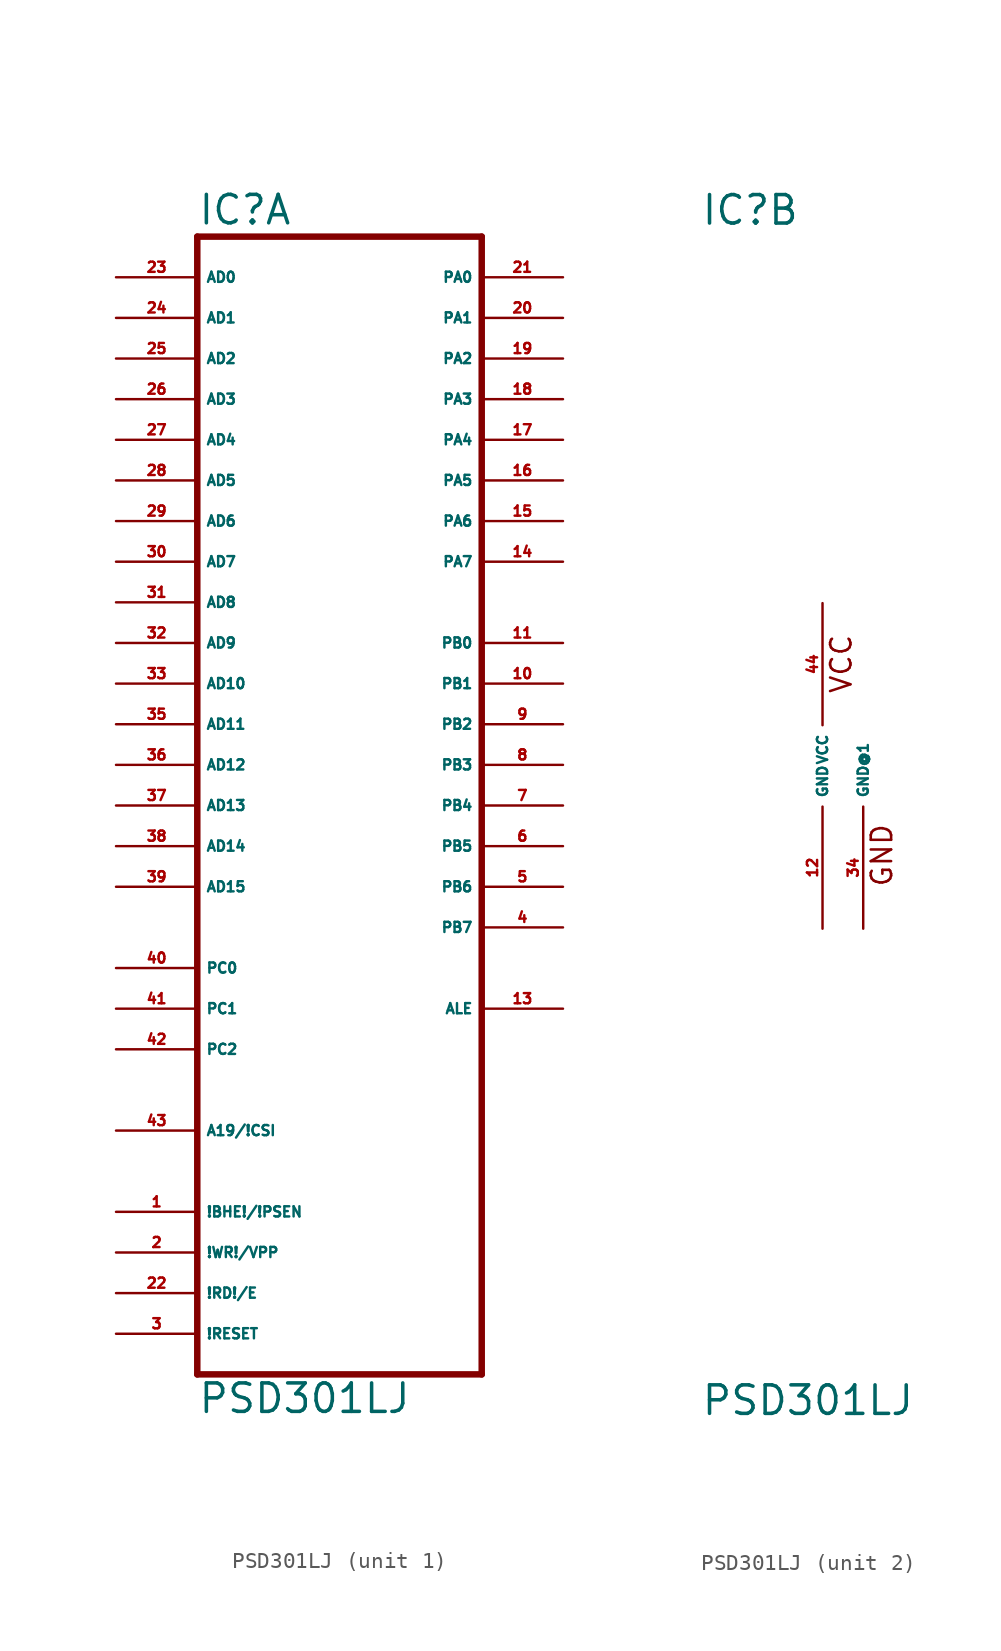
<source format=kicad_sym>
(kicad_symbol_lib
  (version 20220914)
  (generator Eagle2Kicad)
  (symbol "PSD301LJ"
    (property "Reference" "IC"
      (at -7.62 33.655 0)
      (effects (font (size 1.778 1.778) (thickness 0.22)) (justify left bottom)))
    (property "Value" "PSD301LJ"
      (at -7.62 -40.64 0)
      (effects (font (size 1.778 1.778) (thickness 0.22)) (justify left bottom)))
    (symbol "PSD301LJ_1_0"
      (polyline (pts (xy -7.62 -38.1) (xy 10.16 -38.1)) (stroke (width 0.406) (type default)) (fill (type none)))
      (polyline (pts (xy 10.16 -38.1) (xy 10.16 33.02)) (stroke (width 0.406) (type default)) (fill (type none)))
      (polyline (pts (xy 10.16 33.02) (xy -7.62 33.02)) (stroke (width 0.406) (type default)) (fill (type none)))
      (polyline (pts (xy -7.62 33.02) (xy -7.62 -38.1)) (stroke (width 0.406) (type default)) (fill (type none)))
      (pin input line (at -12.7 30.48 0) (length 5.08) (name "AD0" (effects (font (size 0.635 0.635) (thickness 0.08)) (justify left bottom))) (number "23" (effects (font (size 0.635 0.635) (thickness 0.08)) (justify left bottom))))
      (pin input line (at -12.7 27.94 0) (length 5.08) (name "AD1" (effects (font (size 0.635 0.635) (thickness 0.08)) (justify left bottom))) (number "24" (effects (font (size 0.635 0.635) (thickness 0.08)) (justify left bottom))))
      (pin input line (at -12.7 25.4 0) (length 5.08) (name "AD2" (effects (font (size 0.635 0.635) (thickness 0.08)) (justify left bottom))) (number "25" (effects (font (size 0.635 0.635) (thickness 0.08)) (justify left bottom))))
      (pin input line (at -12.7 22.86 0) (length 5.08) (name "AD3" (effects (font (size 0.635 0.635) (thickness 0.08)) (justify left bottom))) (number "26" (effects (font (size 0.635 0.635) (thickness 0.08)) (justify left bottom))))
      (pin input line (at -12.7 20.32 0) (length 5.08) (name "AD4" (effects (font (size 0.635 0.635) (thickness 0.08)) (justify left bottom))) (number "27" (effects (font (size 0.635 0.635) (thickness 0.08)) (justify left bottom))))
      (pin input line (at -12.7 17.78 0) (length 5.08) (name "AD5" (effects (font (size 0.635 0.635) (thickness 0.08)) (justify left bottom))) (number "28" (effects (font (size 0.635 0.635) (thickness 0.08)) (justify left bottom))))
      (pin input line (at -12.7 15.24 0) (length 5.08) (name "AD6" (effects (font (size 0.635 0.635) (thickness 0.08)) (justify left bottom))) (number "29" (effects (font (size 0.635 0.635) (thickness 0.08)) (justify left bottom))))
      (pin input line (at -12.7 12.7 0) (length 5.08) (name "AD7" (effects (font (size 0.635 0.635) (thickness 0.08)) (justify left bottom))) (number "30" (effects (font (size 0.635 0.635) (thickness 0.08)) (justify left bottom))))
      (pin input line (at -12.7 10.16 0) (length 5.08) (name "AD8" (effects (font (size 0.635 0.635) (thickness 0.08)) (justify left bottom))) (number "31" (effects (font (size 0.635 0.635) (thickness 0.08)) (justify left bottom))))
      (pin input line (at -12.7 7.62 0) (length 5.08) (name "AD9" (effects (font (size 0.635 0.635) (thickness 0.08)) (justify left bottom))) (number "32" (effects (font (size 0.635 0.635) (thickness 0.08)) (justify left bottom))))
      (pin input line (at -12.7 5.08 0) (length 5.08) (name "AD10" (effects (font (size 0.635 0.635) (thickness 0.08)) (justify left bottom))) (number "33" (effects (font (size 0.635 0.635) (thickness 0.08)) (justify left bottom))))
      (pin input line (at -12.7 2.54 0) (length 5.08) (name "AD11" (effects (font (size 0.635 0.635) (thickness 0.08)) (justify left bottom))) (number "35" (effects (font (size 0.635 0.635) (thickness 0.08)) (justify left bottom))))
      (pin input line (at -12.7 0 0) (length 5.08) (name "AD12" (effects (font (size 0.635 0.635) (thickness 0.08)) (justify left bottom))) (number "36" (effects (font (size 0.635 0.635) (thickness 0.08)) (justify left bottom))))
      (pin input line (at -12.7 -2.54 0) (length 5.08) (name "AD13" (effects (font (size 0.635 0.635) (thickness 0.08)) (justify left bottom))) (number "37" (effects (font (size 0.635 0.635) (thickness 0.08)) (justify left bottom))))
      (pin input line (at -12.7 -5.08 0) (length 5.08) (name "AD14" (effects (font (size 0.635 0.635) (thickness 0.08)) (justify left bottom))) (number "38" (effects (font (size 0.635 0.635) (thickness 0.08)) (justify left bottom))))
      (pin input line (at -12.7 -7.62 0) (length 5.08) (name "AD15" (effects (font (size 0.635 0.635) (thickness 0.08)) (justify left bottom))) (number "39" (effects (font (size 0.635 0.635) (thickness 0.08)) (justify left bottom))))
      (pin input line (at -12.7 -12.7 0) (length 5.08) (name "PC0" (effects (font (size 0.635 0.635) (thickness 0.08)) (justify left bottom))) (number "40" (effects (font (size 0.635 0.635) (thickness 0.08)) (justify left bottom))))
      (pin input line (at -12.7 -15.24 0) (length 5.08) (name "PC1" (effects (font (size 0.635 0.635) (thickness 0.08)) (justify left bottom))) (number "41" (effects (font (size 0.635 0.635) (thickness 0.08)) (justify left bottom))))
      (pin input line (at -12.7 -17.78 0) (length 5.08) (name "PC2" (effects (font (size 0.635 0.635) (thickness 0.08)) (justify left bottom))) (number "42" (effects (font (size 0.635 0.635) (thickness 0.08)) (justify left bottom))))
      (pin input line (at -12.7 -22.86 0) (length 5.08) (name "A19/!CSI" (effects (font (size 0.635 0.635) (thickness 0.08)) (justify left bottom))) (number "43" (effects (font (size 0.635 0.635) (thickness 0.08)) (justify left bottom))))
      (pin bidirectional line (at 15.24 30.48 180) (length 5.08) (name "PA0" (effects (font (size 0.635 0.635) (thickness 0.08)) (justify left bottom))) (number "21" (effects (font (size 0.635 0.635) (thickness 0.08)) (justify left bottom))))
      (pin bidirectional line (at 15.24 27.94 180) (length 5.08) (name "PA1" (effects (font (size 0.635 0.635) (thickness 0.08)) (justify left bottom))) (number "20" (effects (font (size 0.635 0.635) (thickness 0.08)) (justify left bottom))))
      (pin bidirectional line (at 15.24 25.4 180) (length 5.08) (name "PA2" (effects (font (size 0.635 0.635) (thickness 0.08)) (justify left bottom))) (number "19" (effects (font (size 0.635 0.635) (thickness 0.08)) (justify left bottom))))
      (pin bidirectional line (at 15.24 22.86 180) (length 5.08) (name "PA3" (effects (font (size 0.635 0.635) (thickness 0.08)) (justify left bottom))) (number "18" (effects (font (size 0.635 0.635) (thickness 0.08)) (justify left bottom))))
      (pin bidirectional line (at 15.24 20.32 180) (length 5.08) (name "PA4" (effects (font (size 0.635 0.635) (thickness 0.08)) (justify left bottom))) (number "17" (effects (font (size 0.635 0.635) (thickness 0.08)) (justify left bottom))))
      (pin bidirectional line (at 15.24 17.78 180) (length 5.08) (name "PA5" (effects (font (size 0.635 0.635) (thickness 0.08)) (justify left bottom))) (number "16" (effects (font (size 0.635 0.635) (thickness 0.08)) (justify left bottom))))
      (pin bidirectional line (at 15.24 15.24 180) (length 5.08) (name "PA6" (effects (font (size 0.635 0.635) (thickness 0.08)) (justify left bottom))) (number "15" (effects (font (size 0.635 0.635) (thickness 0.08)) (justify left bottom))))
      (pin bidirectional line (at 15.24 12.7 180) (length 5.08) (name "PA7" (effects (font (size 0.635 0.635) (thickness 0.08)) (justify left bottom))) (number "14" (effects (font (size 0.635 0.635) (thickness 0.08)) (justify left bottom))))
      (pin output line (at 15.24 7.62 180) (length 5.08) (name "PB0" (effects (font (size 0.635 0.635) (thickness 0.08)) (justify left bottom))) (number "11" (effects (font (size 0.635 0.635) (thickness 0.08)) (justify left bottom))))
      (pin output line (at 15.24 5.08 180) (length 5.08) (name "PB1" (effects (font (size 0.635 0.635) (thickness 0.08)) (justify left bottom))) (number "10" (effects (font (size 0.635 0.635) (thickness 0.08)) (justify left bottom))))
      (pin output line (at 15.24 2.54 180) (length 5.08) (name "PB2" (effects (font (size 0.635 0.635) (thickness 0.08)) (justify left bottom))) (number "9" (effects (font (size 0.635 0.635) (thickness 0.08)) (justify left bottom))))
      (pin output line (at 15.24 0 180) (length 5.08) (name "PB3" (effects (font (size 0.635 0.635) (thickness 0.08)) (justify left bottom))) (number "8" (effects (font (size 0.635 0.635) (thickness 0.08)) (justify left bottom))))
      (pin output line (at 15.24 -2.54 180) (length 5.08) (name "PB4" (effects (font (size 0.635 0.635) (thickness 0.08)) (justify left bottom))) (number "7" (effects (font (size 0.635 0.635) (thickness 0.08)) (justify left bottom))))
      (pin output line (at 15.24 -5.08 180) (length 5.08) (name "PB5" (effects (font (size 0.635 0.635) (thickness 0.08)) (justify left bottom))) (number "6" (effects (font (size 0.635 0.635) (thickness 0.08)) (justify left bottom))))
      (pin output line (at 15.24 -7.62 180) (length 5.08) (name "PB6" (effects (font (size 0.635 0.635) (thickness 0.08)) (justify left bottom))) (number "5" (effects (font (size 0.635 0.635) (thickness 0.08)) (justify left bottom))))
      (pin output line (at 15.24 -10.16 180) (length 5.08) (name "PB7" (effects (font (size 0.635 0.635) (thickness 0.08)) (justify left bottom))) (number "4" (effects (font (size 0.635 0.635) (thickness 0.08)) (justify left bottom))))
      (pin output line (at 15.24 -15.24 180) (length 5.08) (name "ALE" (effects (font (size 0.635 0.635) (thickness 0.08)) (justify left bottom))) (number "13" (effects (font (size 0.635 0.635) (thickness 0.08)) (justify left bottom))))
      (pin input line (at -12.7 -27.94 0) (length 5.08) (name "!BHE!/!PSEN" (effects (font (size 0.635 0.635) (thickness 0.08)) (justify left bottom))) (number "1" (effects (font (size 0.635 0.635) (thickness 0.08)) (justify left bottom))))
      (pin input line (at -12.7 -30.48 0) (length 5.08) (name "!WR!/VPP" (effects (font (size 0.635 0.635) (thickness 0.08)) (justify left bottom))) (number "2" (effects (font (size 0.635 0.635) (thickness 0.08)) (justify left bottom))))
      (pin input line (at -12.7 -33.02 0) (length 5.08) (name "!RD!/E" (effects (font (size 0.635 0.635) (thickness 0.08)) (justify left bottom))) (number "22" (effects (font (size 0.635 0.635) (thickness 0.08)) (justify left bottom))))
      (pin input line (at -12.7 -35.56 0) (length 5.08) (name "!RESET" (effects (font (size 0.635 0.635) (thickness 0.08)) (justify left bottom))) (number "3" (effects (font (size 0.635 0.635) (thickness 0.08)) (justify left bottom)))))
    (symbol "PSD301LJ_2_0"
      (text "VCC" (at 1.905 4.445 900) (effects (font (size 1.27 1.27) (thickness 0.16)) (justify left bottom)))
      (text "GND" (at 4.445 -7.62 900) (effects (font (size 1.27 1.27) (thickness 0.16)) (justify left bottom)))
      (pin unspecified line (at 0 10.16 270) (length 7.62) (name "VCC" (effects (font (size 0.635 0.635) (thickness 0.08)) (justify left bottom))) (number "44" (effects (font (size 0.635 0.635) (thickness 0.08)) (justify left bottom))))
      (pin unspecified line (at 0 -10.16 90) (length 7.62) (name "GND" (effects (font (size 0.635 0.635) (thickness 0.08)) (justify left bottom))) (number "12" (effects (font (size 0.635 0.635) (thickness 0.08)) (justify left bottom))))
      (pin unspecified line (at 2.54 -10.16 90) (length 7.62) (name "GND@1" (effects (font (size 0.635 0.635) (thickness 0.08)) (justify left bottom))) (number "34" (effects (font (size 0.635 0.635) (thickness 0.08)) (justify left bottom)))))))
</source>
